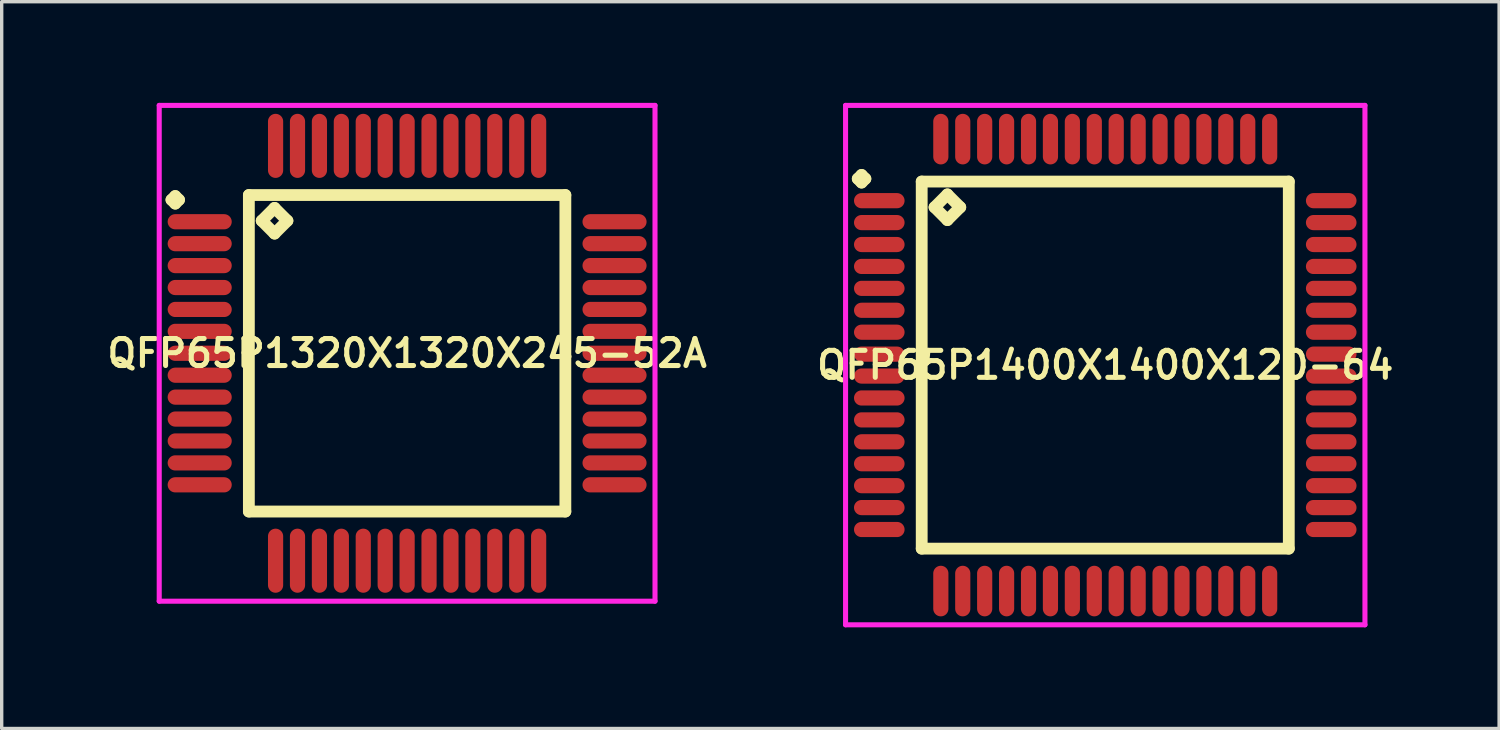
<source format=kicad_pcb>
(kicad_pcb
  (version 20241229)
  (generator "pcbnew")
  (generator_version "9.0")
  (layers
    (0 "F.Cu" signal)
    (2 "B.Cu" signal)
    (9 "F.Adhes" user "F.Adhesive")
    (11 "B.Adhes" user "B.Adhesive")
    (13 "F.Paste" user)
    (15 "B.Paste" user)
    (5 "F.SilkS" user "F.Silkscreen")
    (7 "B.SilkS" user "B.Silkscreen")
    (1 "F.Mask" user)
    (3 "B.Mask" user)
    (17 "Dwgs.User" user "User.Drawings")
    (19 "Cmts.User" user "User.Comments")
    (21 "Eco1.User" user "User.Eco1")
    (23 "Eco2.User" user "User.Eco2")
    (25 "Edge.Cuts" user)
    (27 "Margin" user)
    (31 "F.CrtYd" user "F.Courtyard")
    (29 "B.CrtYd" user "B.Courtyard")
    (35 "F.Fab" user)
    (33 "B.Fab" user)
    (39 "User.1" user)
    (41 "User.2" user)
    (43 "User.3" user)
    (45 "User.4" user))
  (footprint "QFP65P1400X1400X120-64"
    (layer "F.Cu")
    (at 29.721 7.775)
    (property "Reference" "QFP65P1400X1400X120-64" (at 0 0 0) (layer "F.SilkS") (effects (font (size 0.8 0.8) (thickness 0.15))))
    (attr through_hole)
    (fp_line (start -7.338 -5.525) (end -7.225 -5.638) (stroke (width 0.35) (type solid)) (layer "F.SilkS"))
    (fp_line (start -7.225 -5.638) (end -7.112 -5.525) (stroke (width 0.35) (type solid)) (layer "F.SilkS"))
    (fp_line (start -7.225 -5.412) (end -7.338 -5.525) (stroke (width 0.35) (type solid)) (layer "F.SilkS"))
    (fp_line (start -7.112 -5.525) (end -7.225 -5.412) (stroke (width 0.35) (type solid)) (layer "F.SilkS"))
    (fp_line (start -5.442 -5.442) (end -5.442 5.442) (stroke (width 0.35) (type solid)) (layer "F.SilkS"))
    (fp_line (start -5.442 5.442) (end 5.442 5.442) (stroke (width 0.35) (type solid)) (layer "F.SilkS"))
    (fp_line (start -5.061 -4.68) (end -4.68 -5.061) (stroke (width 0.35) (type solid)) (layer "F.SilkS"))
    (fp_line (start -4.68 -5.061) (end -4.299 -4.68) (stroke (width 0.35) (type solid)) (layer "F.SilkS"))
    (fp_line (start -4.68 -4.299) (end -5.061 -4.68) (stroke (width 0.35) (type solid)) (layer "F.SilkS"))
    (fp_line (start -4.299 -4.68) (end -4.68 -4.299) (stroke (width 0.35) (type solid)) (layer "F.SilkS"))
    (fp_line (start 5.442 -5.442) (end -5.442 -5.442) (stroke (width 0.35) (type solid)) (layer "F.SilkS"))
    (fp_line (start 5.442 5.442) (end 5.442 -5.442) (stroke (width 0.35) (type solid)) (layer "F.SilkS"))
    (fp_line (start -7.7 -7.7) (end 7.7 -7.7) (stroke (width 0.15) (type solid)) (layer "F.CrtYd"))
    (fp_line (start -7.7 7.7) (end -7.7 -7.7) (stroke (width 0.15) (type solid)) (layer "F.CrtYd"))
    (fp_line (start 7.7 -7.7) (end 7.7 7.7) (stroke (width 0.15) (type solid)) (layer "F.CrtYd"))
    (fp_line (start 7.7 7.7) (end -7.7 7.7) (stroke (width 0.15) (type solid)) (layer "F.CrtYd"))
    (pad "1" smd oval (at -6.7 -4.875) (size 1.5 0.45) (layers "F.Cu" "F.Mask" "F.Paste"))
    (pad "2" smd oval (at -6.7 -4.225) (size 1.5 0.45) (layers "F.Cu" "F.Mask" "F.Paste"))
    (pad "3" smd oval (at -6.7 -3.575) (size 1.5 0.45) (layers "F.Cu" "F.Mask" "F.Paste"))
    (pad "4" smd oval (at -6.7 -2.925) (size 1.5 0.45) (layers "F.Cu" "F.Mask" "F.Paste"))
    (pad "5" smd oval (at -6.7 -2.275) (size 1.5 0.45) (layers "F.Cu" "F.Mask" "F.Paste"))
    (pad "6" smd oval (at -6.7 -1.625) (size 1.5 0.45) (layers "F.Cu" "F.Mask" "F.Paste"))
    (pad "7" smd oval (at -6.7 -0.975) (size 1.5 0.45) (layers "F.Cu" "F.Mask" "F.Paste"))
    (pad "8" smd oval (at -6.7 -0.325) (size 1.5 0.45) (layers "F.Cu" "F.Mask" "F.Paste"))
    (pad "9" smd oval (at -6.7 0.325) (size 1.5 0.45) (layers "F.Cu" "F.Mask" "F.Paste"))
    (pad "10" smd oval (at -6.7 0.975) (size 1.5 0.45) (layers "F.Cu" "F.Mask" "F.Paste"))
    (pad "11" smd oval (at -6.7 1.625) (size 1.5 0.45) (layers "F.Cu" "F.Mask" "F.Paste"))
    (pad "12" smd oval (at -6.7 2.275) (size 1.5 0.45) (layers "F.Cu" "F.Mask" "F.Paste"))
    (pad "13" smd oval (at -6.7 2.925) (size 1.5 0.45) (layers "F.Cu" "F.Mask" "F.Paste"))
    (pad "14" smd oval (at -6.7 3.575) (size 1.5 0.45) (layers "F.Cu" "F.Mask" "F.Paste"))
    (pad "15" smd oval (at -6.7 4.225) (size 1.5 0.45) (layers "F.Cu" "F.Mask" "F.Paste"))
    (pad "16" smd oval (at -6.7 4.875) (size 1.5 0.45) (layers "F.Cu" "F.Mask" "F.Paste"))
    (pad "17" smd oval (at -4.875 6.7) (size 0.45 1.5) (layers "F.Cu" "F.Mask" "F.Paste"))
    (pad "18" smd oval (at -4.225 6.7) (size 0.45 1.5) (layers "F.Cu" "F.Mask" "F.Paste"))
    (pad "19" smd oval (at -3.575 6.7) (size 0.45 1.5) (layers "F.Cu" "F.Mask" "F.Paste"))
    (pad "20" smd oval (at -2.925 6.7) (size 0.45 1.5) (layers "F.Cu" "F.Mask" "F.Paste"))
    (pad "21" smd oval (at -2.275 6.7) (size 0.45 1.5) (layers "F.Cu" "F.Mask" "F.Paste"))
    (pad "22" smd oval (at -1.625 6.7) (size 0.45 1.5) (layers "F.Cu" "F.Mask" "F.Paste"))
    (pad "23" smd oval (at -0.975 6.7) (size 0.45 1.5) (layers "F.Cu" "F.Mask" "F.Paste"))
    (pad "24" smd oval (at -0.325 6.7) (size 0.45 1.5) (layers "F.Cu" "F.Mask" "F.Paste"))
    (pad "25" smd oval (at 0.325 6.7) (size 0.45 1.5) (layers "F.Cu" "F.Mask" "F.Paste"))
    (pad "26" smd oval (at 0.975 6.7) (size 0.45 1.5) (layers "F.Cu" "F.Mask" "F.Paste"))
    (pad "27" smd oval (at 1.625 6.7) (size 0.45 1.5) (layers "F.Cu" "F.Mask" "F.Paste"))
    (pad "28" smd oval (at 2.275 6.7) (size 0.45 1.5) (layers "F.Cu" "F.Mask" "F.Paste"))
    (pad "29" smd oval (at 2.925 6.7) (size 0.45 1.5) (layers "F.Cu" "F.Mask" "F.Paste"))
    (pad "30" smd oval (at 3.575 6.7) (size 0.45 1.5) (layers "F.Cu" "F.Mask" "F.Paste"))
    (pad "31" smd oval (at 4.225 6.7) (size 0.45 1.5) (layers "F.Cu" "F.Mask" "F.Paste"))
    (pad "32" smd oval (at 4.875 6.7) (size 0.45 1.5) (layers "F.Cu" "F.Mask" "F.Paste"))
    (pad "33" smd oval (at 6.7 4.875) (size 1.5 0.45) (layers "F.Cu" "F.Mask" "F.Paste"))
    (pad "34" smd oval (at 6.7 4.225) (size 1.5 0.45) (layers "F.Cu" "F.Mask" "F.Paste"))
    (pad "35" smd oval (at 6.7 3.575) (size 1.5 0.45) (layers "F.Cu" "F.Mask" "F.Paste"))
    (pad "36" smd oval (at 6.7 2.925) (size 1.5 0.45) (layers "F.Cu" "F.Mask" "F.Paste"))
    (pad "37" smd oval (at 6.7 2.275) (size 1.5 0.45) (layers "F.Cu" "F.Mask" "F.Paste"))
    (pad "38" smd oval (at 6.7 1.625) (size 1.5 0.45) (layers "F.Cu" "F.Mask" "F.Paste"))
    (pad "39" smd oval (at 6.7 0.975) (size 1.5 0.45) (layers "F.Cu" "F.Mask" "F.Paste"))
    (pad "40" smd oval (at 6.7 0.325) (size 1.5 0.45) (layers "F.Cu" "F.Mask" "F.Paste"))
    (pad "41" smd oval (at 6.7 -0.325) (size 1.5 0.45) (layers "F.Cu" "F.Mask" "F.Paste"))
    (pad "42" smd oval (at 6.7 -0.975) (size 1.5 0.45) (layers "F.Cu" "F.Mask" "F.Paste"))
    (pad "43" smd oval (at 6.7 -1.625) (size 1.5 0.45) (layers "F.Cu" "F.Mask" "F.Paste"))
    (pad "44" smd oval (at 6.7 -2.275) (size 1.5 0.45) (layers "F.Cu" "F.Mask" "F.Paste"))
    (pad "45" smd oval (at 6.7 -2.925) (size 1.5 0.45) (layers "F.Cu" "F.Mask" "F.Paste"))
    (pad "46" smd oval (at 6.7 -3.575) (size 1.5 0.45) (layers "F.Cu" "F.Mask" "F.Paste"))
    (pad "47" smd oval (at 6.7 -4.225) (size 1.5 0.45) (layers "F.Cu" "F.Mask" "F.Paste"))
    (pad "48" smd oval (at 6.7 -4.875) (size 1.5 0.45) (layers "F.Cu" "F.Mask" "F.Paste"))
    (pad "49" smd oval (at 4.875 -6.7) (size 0.45 1.5) (layers "F.Cu" "F.Mask" "F.Paste"))
    (pad "50" smd oval (at 4.225 -6.7) (size 0.45 1.5) (layers "F.Cu" "F.Mask" "F.Paste"))
    (pad "51" smd oval (at 3.575 -6.7) (size 0.45 1.5) (layers "F.Cu" "F.Mask" "F.Paste"))
    (pad "52" smd oval (at 2.925 -6.7) (size 0.45 1.5) (layers "F.Cu" "F.Mask" "F.Paste"))
    (pad "53" smd oval (at 2.275 -6.7) (size 0.45 1.5) (layers "F.Cu" "F.Mask" "F.Paste"))
    (pad "54" smd oval (at 1.625 -6.7) (size 0.45 1.5) (layers "F.Cu" "F.Mask" "F.Paste"))
    (pad "55" smd oval (at 0.975 -6.7) (size 0.45 1.5) (layers "F.Cu" "F.Mask" "F.Paste"))
    (pad "56" smd oval (at 0.325 -6.7) (size 0.45 1.5) (layers "F.Cu" "F.Mask" "F.Paste"))
    (pad "57" smd oval (at -0.325 -6.7) (size 0.45 1.5) (layers "F.Cu" "F.Mask" "F.Paste"))
    (pad "58" smd oval (at -0.975 -6.7) (size 0.45 1.5) (layers "F.Cu" "F.Mask" "F.Paste"))
    (pad "59" smd oval (at -1.625 -6.7) (size 0.45 1.5) (layers "F.Cu" "F.Mask" "F.Paste"))
    (pad "60" smd oval (at -2.275 -6.7) (size 0.45 1.5) (layers "F.Cu" "F.Mask" "F.Paste"))
    (pad "61" smd oval (at -2.925 -6.7) (size 0.45 1.5) (layers "F.Cu" "F.Mask" "F.Paste"))
    (pad "62" smd oval (at -3.575 -6.7) (size 0.45 1.5) (layers "F.Cu" "F.Mask" "F.Paste"))
    (pad "63" smd oval (at -4.225 -6.7) (size 0.45 1.5) (layers "F.Cu" "F.Mask" "F.Paste"))
    (pad "64" smd oval (at -4.875 -6.7) (size 0.45 1.5) (layers "F.Cu" "F.Mask" "F.Paste")))
  (footprint "QFP65P1320X1320X245-52A"
    (layer "F.Cu")
    (at 9.021 7.425)
    (property "Reference" "QFP65P1320X1320X245-52A" (at 0 0 0) (layer "F.SilkS") (effects (font (size 0.8 0.8) (thickness 0.15))))
    (attr smd)
    (fp_line (start -6.987 -4.55) (end -6.875 -4.662) (stroke (width 0.35) (type solid)) (layer "F.SilkS"))
    (fp_line (start -6.875 -4.662) (end -6.763 -4.55) (stroke (width 0.35) (type solid)) (layer "F.SilkS"))
    (fp_line (start -6.875 -4.438) (end -6.987 -4.55) (stroke (width 0.35) (type solid)) (layer "F.SilkS"))
    (fp_line (start -6.763 -4.55) (end -6.875 -4.438) (stroke (width 0.35) (type solid)) (layer "F.SilkS"))
    (fp_line (start -4.692 -4.692) (end -4.692 4.692) (stroke (width 0.35) (type solid)) (layer "F.SilkS"))
    (fp_line (start -4.692 4.692) (end 4.692 4.692) (stroke (width 0.35) (type solid)) (layer "F.SilkS"))
    (fp_line (start -4.311 -3.93) (end -3.93 -4.311) (stroke (width 0.35) (type solid)) (layer "F.SilkS"))
    (fp_line (start -3.93 -4.311) (end -3.549 -3.93) (stroke (width 0.35) (type solid)) (layer "F.SilkS"))
    (fp_line (start -3.93 -3.549) (end -4.311 -3.93) (stroke (width 0.35) (type solid)) (layer "F.SilkS"))
    (fp_line (start -3.549 -3.93) (end -3.93 -3.549) (stroke (width 0.35) (type solid)) (layer "F.SilkS"))
    (fp_line (start 4.692 -4.692) (end -4.692 -4.692) (stroke (width 0.35) (type solid)) (layer "F.SilkS"))
    (fp_line (start 4.692 4.692) (end 4.692 -4.692) (stroke (width 0.35) (type solid)) (layer "F.SilkS"))
    (fp_line (start -7.35 -7.35) (end 7.35 -7.35) (stroke (width 0.15) (type solid)) (layer "F.CrtYd"))
    (fp_line (start -7.35 7.35) (end -7.35 -7.35) (stroke (width 0.15) (type solid)) (layer "F.CrtYd"))
    (fp_line (start 7.35 -7.35) (end 7.35 7.35) (stroke (width 0.15) (type solid)) (layer "F.CrtYd"))
    (fp_line (start 7.35 7.35) (end -7.35 7.35) (stroke (width 0.15) (type solid)) (layer "F.CrtYd"))
    (pad "1" smd oval (at -6.15 -3.9) (size 1.9 0.45) (layers "F.Cu" "F.Mask" "F.Paste"))
    (pad "2" smd oval (at -6.15 -3.25) (size 1.9 0.45) (layers "F.Cu" "F.Mask" "F.Paste"))
    (pad "3" smd oval (at -6.15 -2.6) (size 1.9 0.45) (layers "F.Cu" "F.Mask" "F.Paste"))
    (pad "4" smd oval (at -6.15 -1.95) (size 1.9 0.45) (layers "F.Cu" "F.Mask" "F.Paste"))
    (pad "5" smd oval (at -6.15 -1.3) (size 1.9 0.45) (layers "F.Cu" "F.Mask" "F.Paste"))
    (pad "6" smd oval (at -6.15 -0.65) (size 1.9 0.45) (layers "F.Cu" "F.Mask" "F.Paste"))
    (pad "7" smd oval (at -6.15 0) (size 1.9 0.45) (layers "F.Cu" "F.Mask" "F.Paste"))
    (pad "8" smd oval (at -6.15 0.65) (size 1.9 0.45) (layers "F.Cu" "F.Mask" "F.Paste"))
    (pad "9" smd oval (at -6.15 1.3) (size 1.9 0.45) (layers "F.Cu" "F.Mask" "F.Paste"))
    (pad "10" smd oval (at -6.15 1.95) (size 1.9 0.45) (layers "F.Cu" "F.Mask" "F.Paste"))
    (pad "11" smd oval (at -6.15 2.6) (size 1.9 0.45) (layers "F.Cu" "F.Mask" "F.Paste"))
    (pad "12" smd oval (at -6.15 3.25) (size 1.9 0.45) (layers "F.Cu" "F.Mask" "F.Paste"))
    (pad "13" smd oval (at -6.15 3.9) (size 1.9 0.45) (layers "F.Cu" "F.Mask" "F.Paste"))
    (pad "14" smd oval (at -3.9 6.15) (size 0.45 1.9) (layers "F.Cu" "F.Mask" "F.Paste"))
    (pad "15" smd oval (at -3.25 6.15) (size 0.45 1.9) (layers "F.Cu" "F.Mask" "F.Paste"))
    (pad "16" smd oval (at -2.6 6.15) (size 0.45 1.9) (layers "F.Cu" "F.Mask" "F.Paste"))
    (pad "17" smd oval (at -1.95 6.15) (size 0.45 1.9) (layers "F.Cu" "F.Mask" "F.Paste"))
    (pad "18" smd oval (at -1.3 6.15) (size 0.45 1.9) (layers "F.Cu" "F.Mask" "F.Paste"))
    (pad "19" smd oval (at -0.65 6.15) (size 0.45 1.9) (layers "F.Cu" "F.Mask" "F.Paste"))
    (pad "20" smd oval (at 0 6.15) (size 0.45 1.9) (layers "F.Cu" "F.Mask" "F.Paste"))
    (pad "21" smd oval (at 0.65 6.15) (size 0.45 1.9) (layers "F.Cu" "F.Mask" "F.Paste"))
    (pad "22" smd oval (at 1.3 6.15) (size 0.45 1.9) (layers "F.Cu" "F.Mask" "F.Paste"))
    (pad "23" smd oval (at 1.95 6.15) (size 0.45 1.9) (layers "F.Cu" "F.Mask" "F.Paste"))
    (pad "24" smd oval (at 2.6 6.15) (size 0.45 1.9) (layers "F.Cu" "F.Mask" "F.Paste"))
    (pad "25" smd oval (at 3.25 6.15) (size 0.45 1.9) (layers "F.Cu" "F.Mask" "F.Paste"))
    (pad "26" smd oval (at 3.9 6.15) (size 0.45 1.9) (layers "F.Cu" "F.Mask" "F.Paste"))
    (pad "27" smd oval (at 6.15 3.9) (size 1.9 0.45) (layers "F.Cu" "F.Mask" "F.Paste"))
    (pad "28" smd oval (at 6.15 3.25) (size 1.9 0.45) (layers "F.Cu" "F.Mask" "F.Paste"))
    (pad "29" smd oval (at 6.15 2.6) (size 1.9 0.45) (layers "F.Cu" "F.Mask" "F.Paste"))
    (pad "30" smd oval (at 6.15 1.95) (size 1.9 0.45) (layers "F.Cu" "F.Mask" "F.Paste"))
    (pad "31" smd oval (at 6.15 1.3) (size 1.9 0.45) (layers "F.Cu" "F.Mask" "F.Paste"))
    (pad "32" smd oval (at 6.15 0.65) (size 1.9 0.45) (layers "F.Cu" "F.Mask" "F.Paste"))
    (pad "33" smd oval (at 6.15 0) (size 1.9 0.45) (layers "F.Cu" "F.Mask" "F.Paste"))
    (pad "34" smd oval (at 6.15 -0.65) (size 1.9 0.45) (layers "F.Cu" "F.Mask" "F.Paste"))
    (pad "35" smd oval (at 6.15 -1.3) (size 1.9 0.45) (layers "F.Cu" "F.Mask" "F.Paste"))
    (pad "36" smd oval (at 6.15 -1.95) (size 1.9 0.45) (layers "F.Cu" "F.Mask" "F.Paste"))
    (pad "37" smd oval (at 6.15 -2.6) (size 1.9 0.45) (layers "F.Cu" "F.Mask" "F.Paste"))
    (pad "38" smd oval (at 6.15 -3.25) (size 1.9 0.45) (layers "F.Cu" "F.Mask" "F.Paste"))
    (pad "39" smd oval (at 6.15 -3.9) (size 1.9 0.45) (layers "F.Cu" "F.Mask" "F.Paste"))
    (pad "40" smd oval (at 3.9 -6.15) (size 0.45 1.9) (layers "F.Cu" "F.Mask" "F.Paste"))
    (pad "41" smd oval (at 3.25 -6.15) (size 0.45 1.9) (layers "F.Cu" "F.Mask" "F.Paste"))
    (pad "42" smd oval (at 2.6 -6.15) (size 0.45 1.9) (layers "F.Cu" "F.Mask" "F.Paste"))
    (pad "43" smd oval (at 1.95 -6.15) (size 0.45 1.9) (layers "F.Cu" "F.Mask" "F.Paste"))
    (pad "44" smd oval (at 1.3 -6.15) (size 0.45 1.9) (layers "F.Cu" "F.Mask" "F.Paste"))
    (pad "45" smd oval (at 0.65 -6.15) (size 0.45 1.9) (layers "F.Cu" "F.Mask" "F.Paste"))
    (pad "46" smd oval (at 0 -6.15) (size 0.45 1.9) (layers "F.Cu" "F.Mask" "F.Paste"))
    (pad "47" smd oval (at -0.65 -6.15) (size 0.45 1.9) (layers "F.Cu" "F.Mask" "F.Paste"))
    (pad "48" smd oval (at -1.3 -6.15) (size 0.45 1.9) (layers "F.Cu" "F.Mask" "F.Paste"))
    (pad "49" smd oval (at -1.95 -6.15) (size 0.45 1.9) (layers "F.Cu" "F.Mask" "F.Paste"))
    (pad "50" smd oval (at -2.6 -6.15) (size 0.45 1.9) (layers "F.Cu" "F.Mask" "F.Paste"))
    (pad "51" smd oval (at -3.25 -6.15) (size 0.45 1.9) (layers "F.Cu" "F.Mask" "F.Paste"))
    (pad "52" smd oval (at -3.9 -6.15) (size 0.45 1.9) (layers "F.Cu" "F.Mask" "F.Paste")))
  (gr_rect
    (start -3 -3)
    (end 41.399 18.55)
    (stroke (width 0.1) (type default))
    (fill no)
    (layer "Edge.Cuts")))
</source>
